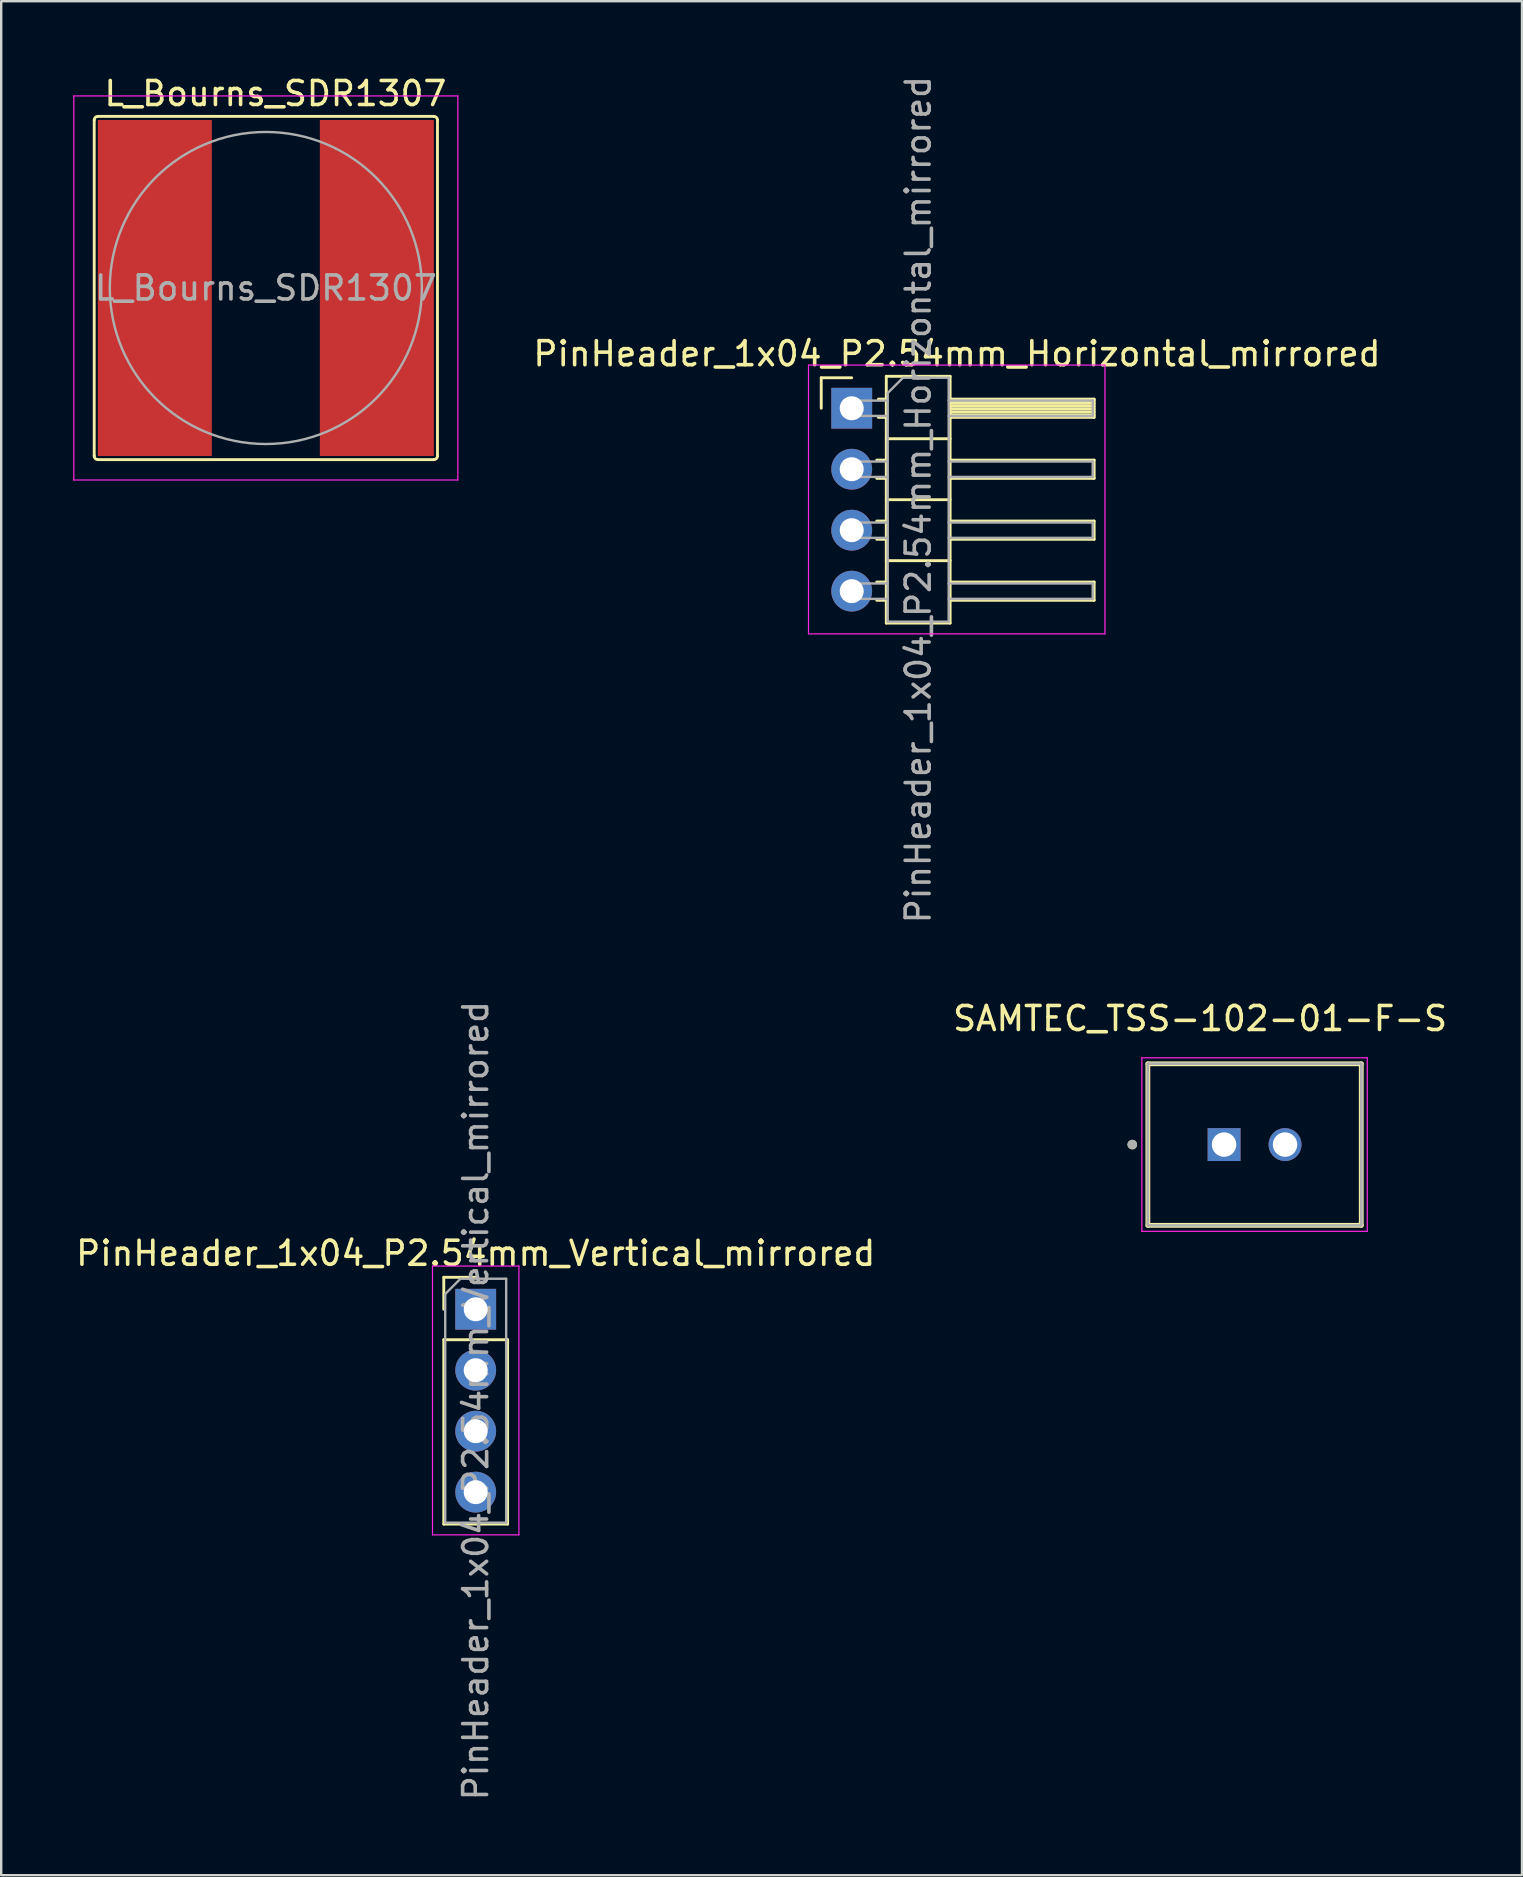
<source format=kicad_pcb>
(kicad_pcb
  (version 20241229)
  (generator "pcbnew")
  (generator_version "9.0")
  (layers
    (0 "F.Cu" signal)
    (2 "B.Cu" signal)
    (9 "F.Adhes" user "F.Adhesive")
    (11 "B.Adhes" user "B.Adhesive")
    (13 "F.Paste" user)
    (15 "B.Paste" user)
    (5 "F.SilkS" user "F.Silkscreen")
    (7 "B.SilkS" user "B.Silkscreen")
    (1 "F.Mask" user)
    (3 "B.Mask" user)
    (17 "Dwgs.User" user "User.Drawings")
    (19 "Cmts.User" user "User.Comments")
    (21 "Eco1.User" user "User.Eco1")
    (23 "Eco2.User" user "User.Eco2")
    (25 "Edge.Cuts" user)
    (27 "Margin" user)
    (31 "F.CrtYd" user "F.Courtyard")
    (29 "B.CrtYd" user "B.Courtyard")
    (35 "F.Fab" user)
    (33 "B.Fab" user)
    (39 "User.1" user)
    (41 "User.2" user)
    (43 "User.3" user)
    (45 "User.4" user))
  (footprint "L_Bourns_SDR1307"
    (layer "F.Cu")
    (at 8.025 8.948)
    (property "Reference" "L_Bourns_SDR1307" (at 0.4 -8.1 0) (layer "F.SilkS") (effects (font (size 1 1) (thickness 0.15))))
    (attr smd)
    (fp_line (start -7.15 -7) (end -7.15 7) (stroke (width 0.12) (type solid)) (layer "F.SilkS"))
    (fp_line (start -7 -7.15) (end 7 -7.15) (stroke (width 0.12) (type solid)) (layer "F.SilkS"))
    (fp_line (start 7 7.15) (end -7 7.15) (stroke (width 0.12) (type solid)) (layer "F.SilkS"))
    (fp_line (start 7.15 -7) (end 7.15 7) (stroke (width 0.12) (type solid)) (layer "F.SilkS"))
    (fp_arc (start -7.15 -7) (mid -7.106066 -7.106066) (end -7 -7.15) (stroke (width 0.12) (type solid)) (layer "F.SilkS"))
    (fp_arc (start -7 7.15) (mid -7.106066 7.106066) (end -7.15 7) (stroke (width 0.12) (type solid)) (layer "F.SilkS"))
    (fp_arc (start 7 -7.15) (mid 7.106066 -7.106066) (end 7.15 -7) (stroke (width 0.12) (type solid)) (layer "F.SilkS"))
    (fp_arc (start 7.15 7) (mid 7.106066 7.106066) (end 7 7.15) (stroke (width 0.12) (type solid)) (layer "F.SilkS"))
    (fp_line (start -8 -8) (end 8 -8) (stroke (width 0.05) (type solid)) (layer "F.CrtYd"))
    (fp_line (start -8 8) (end -8 -8) (stroke (width 0.05) (type solid)) (layer "F.CrtYd"))
    (fp_line (start 8 -8) (end 8 8) (stroke (width 0.05) (type solid)) (layer "F.CrtYd"))
    (fp_line (start 8 8) (end -8 8) (stroke (width 0.05) (type solid)) (layer "F.CrtYd"))
    (fp_circle (center 0 0) (end 6.5 0) (stroke (width 0.1) (type solid)) (fill no) (layer "F.Fab"))
    (fp_text user "${REFERENCE}" (at 0 0 0) (layer "F.Fab") (effects (font (size 1 1) (thickness 0.15))))
    (pad "1" smd rect (at -4.625 0) (size 4.75 14) (layers "F.Cu" "F.Mask" "F.Paste"))
    (pad "2" smd rect (at 4.625 0) (size 4.75 14) (layers "F.Cu" "F.Mask" "F.Paste")))
  (footprint "SAMTEC_TSS-102-01-F-S"
    (layer "F.Cu")
    (at 47.946 44.634)
    (property "Reference" "SAMTEC_TSS-102-01-F-S" (at -1 -5.25 0) (layer "F.SilkS") (effects (font (size 1 1) (thickness 0.15))))
    (attr through_hole)
    (fp_line (start -3.175 3.365) (end -3.175 -3.365) (stroke (width 0.2) (type solid)) (layer "F.SilkS"))
    (fp_line (start 5.715 -3.365) (end -3.175 -3.365) (stroke (width 0.2) (type solid)) (layer "F.SilkS"))
    (fp_line (start 5.715 -3.365) (end 5.715 3.365) (stroke (width 0.2) (type solid)) (layer "F.SilkS"))
    (fp_line (start 5.715 3.365) (end -3.175 3.365) (stroke (width 0.2) (type solid)) (layer "F.SilkS"))
    (fp_circle (center -3.825 0) (end -3.725 0) (stroke (width 0.2) (type solid)) (fill no) (layer "F.SilkS"))
    (fp_line (start -3.425 -3.615) (end 5.965 -3.615) (stroke (width 0.05) (type solid)) (layer "F.CrtYd"))
    (fp_line (start -3.425 3.615) (end -3.425 -3.615) (stroke (width 0.05) (type solid)) (layer "F.CrtYd"))
    (fp_line (start 5.965 -3.615) (end 5.965 3.615) (stroke (width 0.05) (type solid)) (layer "F.CrtYd"))
    (fp_line (start 5.965 3.615) (end -3.425 3.615) (stroke (width 0.05) (type solid)) (layer "F.CrtYd"))
    (fp_line (start -3.175 -3.365) (end 5.715 -3.365) (stroke (width 0.1) (type solid)) (layer "F.Fab"))
    (fp_line (start -3.175 -3.365) (end 5.715 -3.365) (stroke (width 0.1) (type solid)) (layer "F.Fab"))
    (fp_line (start -3.175 3.365) (end -3.175 -3.365) (stroke (width 0.1) (type solid)) (layer "F.Fab"))
    (fp_line (start -3.175 3.365) (end -3.175 -3.365) (stroke (width 0.1) (type solid)) (layer "F.Fab"))
    (fp_line (start 5.715 -3.365) (end 5.715 3.365) (stroke (width 0.1) (type solid)) (layer "F.Fab"))
    (fp_line (start 5.715 -3.365) (end 5.715 3.365) (stroke (width 0.1) (type solid)) (layer "F.Fab"))
    (fp_line (start 5.715 3.365) (end -3.175 3.365) (stroke (width 0.1) (type solid)) (layer "F.Fab"))
    (fp_circle (center -3.825 0) (end -3.725 0) (stroke (width 0.2) (type solid)) (fill no) (layer "F.Fab"))
    (pad "01" thru_hole rect (at 0 0) (size 1.37 1.37) (drill 1.02) (layers "*.Cu" "*.Mask"))
    (pad "02" thru_hole circle (at 2.54 0) (size 1.37 1.37) (drill 1.02) (layers "*.Cu" "*.Mask")))
  (footprint "PinHeader_1x04_P2.54mm_Vertical_mirrored"
    (layer "F.Cu")
    (at 16.768 51.494)
    (property "Reference" "PinHeader_1x04_P2.54mm_Vertical_mirrored" (at 0 -2.33 0) (layer "F.SilkS") (effects (font (size 1 1) (thickness 0.15))))
    (attr through_hole)
    (fp_line (start -1.33 -1.33) (end 0 -1.33) (stroke (width 0.12) (type solid)) (layer "F.SilkS"))
    (fp_line (start -1.33 0) (end -1.33 -1.33) (stroke (width 0.12) (type solid)) (layer "F.SilkS"))
    (fp_line (start -1.33 1.27) (end -1.33 8.95) (stroke (width 0.12) (type solid)) (layer "F.SilkS"))
    (fp_line (start -1.33 1.27) (end 1.33 1.27) (stroke (width 0.12) (type solid)) (layer "F.SilkS"))
    (fp_line (start -1.33 8.95) (end 1.33 8.95) (stroke (width 0.12) (type solid)) (layer "F.SilkS"))
    (fp_line (start 1.33 1.27) (end 1.33 8.95) (stroke (width 0.12) (type solid)) (layer "F.SilkS"))
    (fp_line (start -1.8 -1.8) (end -1.8 9.4) (stroke (width 0.05) (type solid)) (layer "F.CrtYd"))
    (fp_line (start -1.8 9.4) (end 1.8 9.4) (stroke (width 0.05) (type solid)) (layer "F.CrtYd"))
    (fp_line (start 1.8 -1.8) (end -1.8 -1.8) (stroke (width 0.05) (type solid)) (layer "F.CrtYd"))
    (fp_line (start 1.8 9.4) (end 1.8 -1.8) (stroke (width 0.05) (type solid)) (layer "F.CrtYd"))
    (fp_line (start -1.27 -0.635) (end -0.635 -1.27) (stroke (width 0.1) (type solid)) (layer "F.Fab"))
    (fp_line (start -1.27 8.89) (end -1.27 -0.635) (stroke (width 0.1) (type solid)) (layer "F.Fab"))
    (fp_line (start -0.635 -1.27) (end 1.27 -1.27) (stroke (width 0.1) (type solid)) (layer "F.Fab"))
    (fp_line (start 1.27 -1.27) (end 1.27 8.89) (stroke (width 0.1) (type solid)) (layer "F.Fab"))
    (fp_line (start 1.27 8.89) (end -1.27 8.89) (stroke (width 0.1) (type solid)) (layer "F.Fab"))
    (fp_text user "${REFERENCE}" (at 0 3.81 90) (layer "F.Fab") (effects (font (size 1 1) (thickness 0.15))))
    (pad "1" thru_hole rect (at 0 0) (size 1.7 1.7) (drill 1) (layers "*.Cu" "*.Mask"))
    (pad "2" thru_hole oval (at 0 2.54) (size 1.7 1.7) (drill 1) (layers "*.Cu" "*.Mask"))
    (pad "3" thru_hole oval (at 0 5.08) (size 1.7 1.7) (drill 1) (layers "*.Cu" "*.Mask"))
    (pad "4" thru_hole oval (at 0 7.62) (size 1.7 1.7) (drill 1) (layers "*.Cu" "*.Mask")))
  (footprint "PinHeader_1x04_P2.54mm_Horizontal_mirrored"
    (layer "F.Cu")
    (at 32.433 13.958)
    (property "Reference" "PinHeader_1x04_P2.54mm_Horizontal_mirrored" (at 4.385 -2.27 0) (layer "F.SilkS") (effects (font (size 1 1) (thickness 0.15))))
    (attr through_hole)
    (fp_line (start -1.27 -1.27) (end 0 -1.27) (stroke (width 0.12) (type solid)) (layer "F.SilkS"))
    (fp_line (start -1.27 0) (end -1.27 -1.27) (stroke (width 0.12) (type solid)) (layer "F.SilkS"))
    (fp_line (start 1.043 2.16) (end 1.44 2.16) (stroke (width 0.12) (type solid)) (layer "F.SilkS"))
    (fp_line (start 1.043 2.92) (end 1.44 2.92) (stroke (width 0.12) (type solid)) (layer "F.SilkS"))
    (fp_line (start 1.043 4.7) (end 1.44 4.7) (stroke (width 0.12) (type solid)) (layer "F.SilkS"))
    (fp_line (start 1.043 5.46) (end 1.44 5.46) (stroke (width 0.12) (type solid)) (layer "F.SilkS"))
    (fp_line (start 1.043 7.24) (end 1.44 7.24) (stroke (width 0.12) (type solid)) (layer "F.SilkS"))
    (fp_line (start 1.043 8) (end 1.44 8) (stroke (width 0.12) (type solid)) (layer "F.SilkS"))
    (fp_line (start 1.11 -0.38) (end 1.44 -0.38) (stroke (width 0.12) (type solid)) (layer "F.SilkS"))
    (fp_line (start 1.11 0.38) (end 1.44 0.38) (stroke (width 0.12) (type solid)) (layer "F.SilkS"))
    (fp_line (start 1.44 -1.33) (end 1.44 8.95) (stroke (width 0.12) (type solid)) (layer "F.SilkS"))
    (fp_line (start 1.44 1.27) (end 4.1 1.27) (stroke (width 0.12) (type solid)) (layer "F.SilkS"))
    (fp_line (start 1.44 3.81) (end 4.1 3.81) (stroke (width 0.12) (type solid)) (layer "F.SilkS"))
    (fp_line (start 1.44 6.35) (end 4.1 6.35) (stroke (width 0.12) (type solid)) (layer "F.SilkS"))
    (fp_line (start 1.44 8.95) (end 4.1 8.95) (stroke (width 0.12) (type solid)) (layer "F.SilkS"))
    (fp_line (start 4.1 -1.33) (end 1.44 -1.33) (stroke (width 0.12) (type solid)) (layer "F.SilkS"))
    (fp_line (start 4.1 -0.38) (end 10.1 -0.38) (stroke (width 0.12) (type solid)) (layer "F.SilkS"))
    (fp_line (start 4.1 -0.32) (end 10.1 -0.32) (stroke (width 0.12) (type solid)) (layer "F.SilkS"))
    (fp_line (start 4.1 -0.2) (end 10.1 -0.2) (stroke (width 0.12) (type solid)) (layer "F.SilkS"))
    (fp_line (start 4.1 -0.08) (end 10.1 -0.08) (stroke (width 0.12) (type solid)) (layer "F.SilkS"))
    (fp_line (start 4.1 0.04) (end 10.1 0.04) (stroke (width 0.12) (type solid)) (layer "F.SilkS"))
    (fp_line (start 4.1 0.16) (end 10.1 0.16) (stroke (width 0.12) (type solid)) (layer "F.SilkS"))
    (fp_line (start 4.1 0.28) (end 10.1 0.28) (stroke (width 0.12) (type solid)) (layer "F.SilkS"))
    (fp_line (start 4.1 2.16) (end 10.1 2.16) (stroke (width 0.12) (type solid)) (layer "F.SilkS"))
    (fp_line (start 4.1 4.7) (end 10.1 4.7) (stroke (width 0.12) (type solid)) (layer "F.SilkS"))
    (fp_line (start 4.1 7.24) (end 10.1 7.24) (stroke (width 0.12) (type solid)) (layer "F.SilkS"))
    (fp_line (start 4.1 8.95) (end 4.1 -1.33) (stroke (width 0.12) (type solid)) (layer "F.SilkS"))
    (fp_line (start 10.1 -0.38) (end 10.1 0.38) (stroke (width 0.12) (type solid)) (layer "F.SilkS"))
    (fp_line (start 10.1 0.38) (end 4.1 0.38) (stroke (width 0.12) (type solid)) (layer "F.SilkS"))
    (fp_line (start 10.1 2.16) (end 10.1 2.92) (stroke (width 0.12) (type solid)) (layer "F.SilkS"))
    (fp_line (start 10.1 2.92) (end 4.1 2.92) (stroke (width 0.12) (type solid)) (layer "F.SilkS"))
    (fp_line (start 10.1 4.7) (end 10.1 5.46) (stroke (width 0.12) (type solid)) (layer "F.SilkS"))
    (fp_line (start 10.1 5.46) (end 4.1 5.46) (stroke (width 0.12) (type solid)) (layer "F.SilkS"))
    (fp_line (start 10.1 7.24) (end 10.1 8) (stroke (width 0.12) (type solid)) (layer "F.SilkS"))
    (fp_line (start 10.1 8) (end 4.1 8) (stroke (width 0.12) (type solid)) (layer "F.SilkS"))
    (fp_line (start -1.8 -1.8) (end -1.8 9.4) (stroke (width 0.05) (type solid)) (layer "F.CrtYd"))
    (fp_line (start -1.8 9.4) (end 10.55 9.4) (stroke (width 0.05) (type solid)) (layer "F.CrtYd"))
    (fp_line (start 10.55 -1.8) (end -1.8 -1.8) (stroke (width 0.05) (type solid)) (layer "F.CrtYd"))
    (fp_line (start 10.55 9.4) (end 10.55 -1.8) (stroke (width 0.05) (type solid)) (layer "F.CrtYd"))
    (fp_line (start -0.32 -0.32) (end -0.32 0.32) (stroke (width 0.1) (type solid)) (layer "F.Fab"))
    (fp_line (start -0.32 -0.32) (end 1.5 -0.32) (stroke (width 0.1) (type solid)) (layer "F.Fab"))
    (fp_line (start -0.32 0.32) (end 1.5 0.32) (stroke (width 0.1) (type solid)) (layer "F.Fab"))
    (fp_line (start -0.32 2.22) (end -0.32 2.86) (stroke (width 0.1) (type solid)) (layer "F.Fab"))
    (fp_line (start -0.32 2.22) (end 1.5 2.22) (stroke (width 0.1) (type solid)) (layer "F.Fab"))
    (fp_line (start -0.32 2.86) (end 1.5 2.86) (stroke (width 0.1) (type solid)) (layer "F.Fab"))
    (fp_line (start -0.32 4.76) (end -0.32 5.4) (stroke (width 0.1) (type solid)) (layer "F.Fab"))
    (fp_line (start -0.32 4.76) (end 1.5 4.76) (stroke (width 0.1) (type solid)) (layer "F.Fab"))
    (fp_line (start -0.32 5.4) (end 1.5 5.4) (stroke (width 0.1) (type solid)) (layer "F.Fab"))
    (fp_line (start -0.32 7.3) (end -0.32 7.94) (stroke (width 0.1) (type solid)) (layer "F.Fab"))
    (fp_line (start -0.32 7.3) (end 1.5 7.3) (stroke (width 0.1) (type solid)) (layer "F.Fab"))
    (fp_line (start -0.32 7.94) (end 1.5 7.94) (stroke (width 0.1) (type solid)) (layer "F.Fab"))
    (fp_line (start 1.5 -0.635) (end 2.135 -1.27) (stroke (width 0.1) (type solid)) (layer "F.Fab"))
    (fp_line (start 1.5 8.89) (end 1.5 -0.635) (stroke (width 0.1) (type solid)) (layer "F.Fab"))
    (fp_line (start 2.135 -1.27) (end 4.04 -1.27) (stroke (width 0.1) (type solid)) (layer "F.Fab"))
    (fp_line (start 4.04 -1.27) (end 4.04 8.89) (stroke (width 0.1) (type solid)) (layer "F.Fab"))
    (fp_line (start 4.04 -0.32) (end 10.04 -0.32) (stroke (width 0.1) (type solid)) (layer "F.Fab"))
    (fp_line (start 4.04 0.32) (end 10.04 0.32) (stroke (width 0.1) (type solid)) (layer "F.Fab"))
    (fp_line (start 4.04 2.22) (end 10.04 2.22) (stroke (width 0.1) (type solid)) (layer "F.Fab"))
    (fp_line (start 4.04 2.86) (end 10.04 2.86) (stroke (width 0.1) (type solid)) (layer "F.Fab"))
    (fp_line (start 4.04 4.76) (end 10.04 4.76) (stroke (width 0.1) (type solid)) (layer "F.Fab"))
    (fp_line (start 4.04 5.4) (end 10.04 5.4) (stroke (width 0.1) (type solid)) (layer "F.Fab"))
    (fp_line (start 4.04 7.3) (end 10.04 7.3) (stroke (width 0.1) (type solid)) (layer "F.Fab"))
    (fp_line (start 4.04 7.94) (end 10.04 7.94) (stroke (width 0.1) (type solid)) (layer "F.Fab"))
    (fp_line (start 4.04 8.89) (end 1.5 8.89) (stroke (width 0.1) (type solid)) (layer "F.Fab"))
    (fp_line (start 10.04 -0.32) (end 10.04 0.32) (stroke (width 0.1) (type solid)) (layer "F.Fab"))
    (fp_line (start 10.04 2.22) (end 10.04 2.86) (stroke (width 0.1) (type solid)) (layer "F.Fab"))
    (fp_line (start 10.04 4.76) (end 10.04 5.4) (stroke (width 0.1) (type solid)) (layer "F.Fab"))
    (fp_line (start 10.04 7.3) (end 10.04 7.94) (stroke (width 0.1) (type solid)) (layer "F.Fab"))
    (fp_text user "${REFERENCE}" (at 2.77 3.81 90) (layer "F.Fab") (effects (font (size 1 1) (thickness 0.15))))
    (pad "1" thru_hole rect (at 0 0) (size 1.7 1.7) (drill 1) (layers "*.Cu" "*.Mask"))
    (pad "2" thru_hole oval (at 0 2.54) (size 1.7 1.7) (drill 1) (layers "*.Cu" "*.Mask"))
    (pad "3" thru_hole oval (at 0 5.08) (size 1.7 1.7) (drill 1) (layers "*.Cu" "*.Mask"))
    (pad "4" thru_hole oval (at 0 7.62) (size 1.7 1.7) (drill 1) (layers "*.Cu" "*.Mask")))
  (gr_rect
    (start -3 -3)
    (end 60.357 75.071)
    (stroke (width 0.1) (type default))
    (fill no)
    (layer "Edge.Cuts")))
</source>
